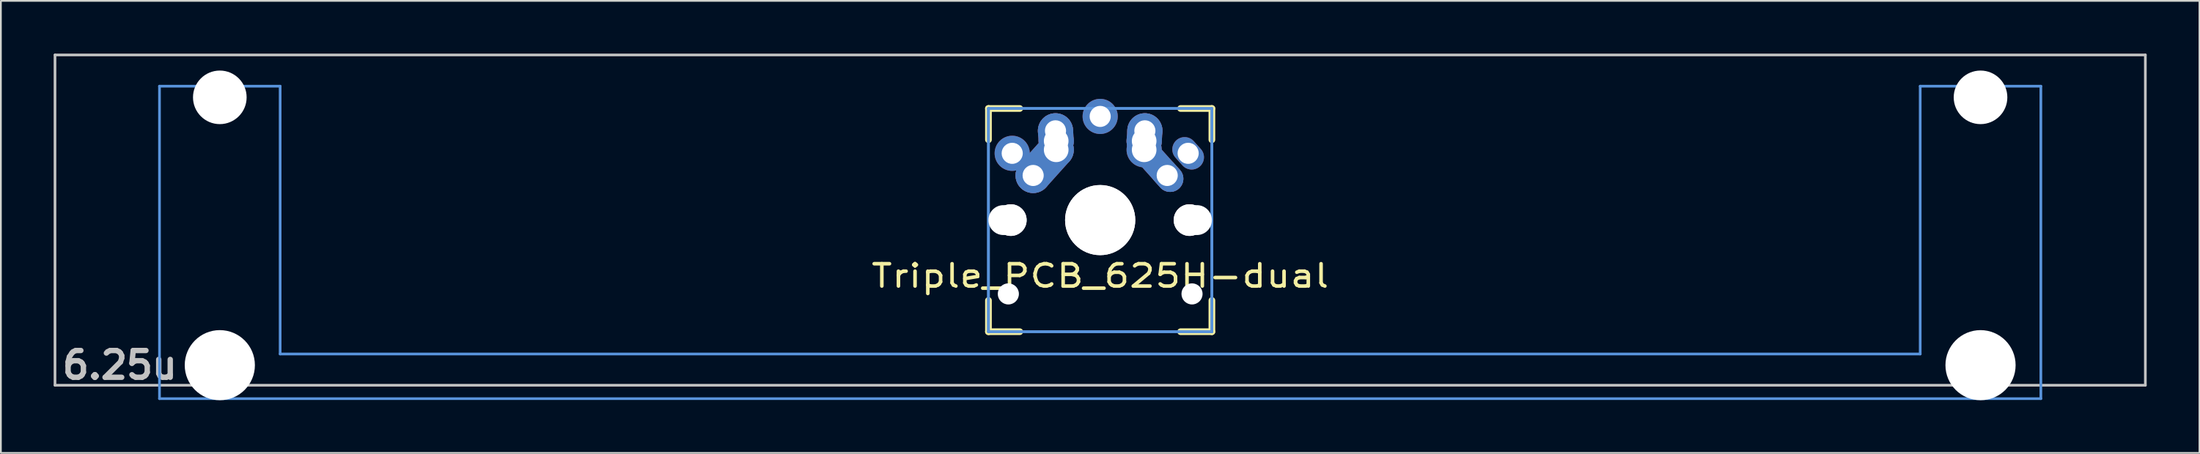
<source format=kicad_pcb>
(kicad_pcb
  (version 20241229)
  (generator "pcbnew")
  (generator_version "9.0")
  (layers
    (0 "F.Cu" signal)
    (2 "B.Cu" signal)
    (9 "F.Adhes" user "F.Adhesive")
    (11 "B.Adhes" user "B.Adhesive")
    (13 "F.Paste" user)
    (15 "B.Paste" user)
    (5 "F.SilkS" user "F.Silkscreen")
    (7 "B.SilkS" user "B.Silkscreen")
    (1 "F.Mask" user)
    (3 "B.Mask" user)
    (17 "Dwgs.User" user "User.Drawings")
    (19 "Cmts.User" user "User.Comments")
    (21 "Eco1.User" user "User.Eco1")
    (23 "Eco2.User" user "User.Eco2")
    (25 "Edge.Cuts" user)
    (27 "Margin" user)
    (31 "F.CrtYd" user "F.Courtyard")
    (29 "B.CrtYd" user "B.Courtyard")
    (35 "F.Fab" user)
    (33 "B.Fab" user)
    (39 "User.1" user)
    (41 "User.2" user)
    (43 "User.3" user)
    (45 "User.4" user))
  (footprint "Triple_PCB_625H-dual"
    (layer "F.Cu")
    (at 59.482 9.474)
    (property "Reference" "Triple_PCB_625H-dual" (at 0 3.175 0) (layer "F.SilkS") (effects (font (size 1.27 1.524) (thickness 0.203))))
    (attr through_hole)
    (fp_line (start -6.35 -6.35) (end -4.572 -6.35) (stroke (width 0.381) (type solid)) (layer "F.SilkS"))
    (fp_line (start -6.35 -4.572) (end -6.35 -6.35) (stroke (width 0.381) (type solid)) (layer "F.SilkS"))
    (fp_line (start -6.35 6.35) (end -6.35 4.572) (stroke (width 0.381) (type solid)) (layer "F.SilkS"))
    (fp_line (start -4.572 6.35) (end -6.35 6.35) (stroke (width 0.381) (type solid)) (layer "F.SilkS"))
    (fp_line (start 4.572 -6.35) (end 6.35 -6.35) (stroke (width 0.381) (type solid)) (layer "F.SilkS"))
    (fp_line (start 6.35 -6.35) (end 6.35 -4.572) (stroke (width 0.381) (type solid)) (layer "F.SilkS"))
    (fp_line (start 6.35 4.572) (end 6.35 6.35) (stroke (width 0.381) (type solid)) (layer "F.SilkS"))
    (fp_line (start 6.35 6.35) (end 4.572 6.35) (stroke (width 0.381) (type solid)) (layer "F.SilkS"))
    (fp_line (start -59.406 -9.398) (end 59.406 -9.398) (stroke (width 0.152) (type solid)) (layer "Dwgs.User"))
    (fp_line (start -59.406 9.398) (end -59.406 -9.398) (stroke (width 0.152) (type solid)) (layer "Dwgs.User"))
    (fp_line (start 59.406 -9.398) (end 59.406 9.398) (stroke (width 0.152) (type solid)) (layer "Dwgs.User"))
    (fp_line (start 59.406 9.398) (end -59.406 9.398) (stroke (width 0.152) (type solid)) (layer "Dwgs.User"))
    (fp_line (start -53.467 -7.62) (end -53.467 10.16) (stroke (width 0.152) (type solid)) (layer "Cmts.User"))
    (fp_line (start -53.467 10.16) (end 53.467 10.16) (stroke (width 0.152) (type solid)) (layer "Cmts.User"))
    (fp_line (start -46.609 -7.62) (end -53.467 -7.62) (stroke (width 0.152) (type solid)) (layer "Cmts.User"))
    (fp_line (start -46.609 7.62) (end -46.609 -7.62) (stroke (width 0.152) (type solid)) (layer "Cmts.User"))
    (fp_line (start -6.35 -6.35) (end 6.35 -6.35) (stroke (width 0.152) (type solid)) (layer "Cmts.User"))
    (fp_line (start -6.35 -6.35) (end 6.35 -6.35) (stroke (width 0.152) (type solid)) (layer "Cmts.User"))
    (fp_line (start -6.35 6.35) (end -6.35 -6.35) (stroke (width 0.152) (type solid)) (layer "Cmts.User"))
    (fp_line (start -6.35 6.35) (end -6.35 -6.35) (stroke (width 0.152) (type solid)) (layer "Cmts.User"))
    (fp_line (start 6.35 -6.35) (end 6.35 6.35) (stroke (width 0.152) (type solid)) (layer "Cmts.User"))
    (fp_line (start 6.35 -6.35) (end 6.35 6.35) (stroke (width 0.152) (type solid)) (layer "Cmts.User"))
    (fp_line (start 6.35 6.35) (end -6.35 6.35) (stroke (width 0.152) (type solid)) (layer "Cmts.User"))
    (fp_line (start 6.35 6.35) (end -6.35 6.35) (stroke (width 0.152) (type solid)) (layer "Cmts.User"))
    (fp_line (start 46.609 -7.62) (end 46.609 7.62) (stroke (width 0.152) (type solid)) (layer "Cmts.User"))
    (fp_line (start 46.609 7.62) (end -46.609 7.62) (stroke (width 0.152) (type solid)) (layer "Cmts.User"))
    (fp_line (start 53.467 -7.62) (end 46.609 -7.62) (stroke (width 0.152) (type solid)) (layer "Cmts.User"))
    (fp_line (start 53.467 10.16) (end 53.467 -7.62) (stroke (width 0.152) (type solid)) (layer "Cmts.User"))
    (fp_line (start -54.229 -2.286) (end -53.365 -2.286) (stroke (width 0.152) (type solid)) (layer "Eco2.User"))
    (fp_line (start -54.229 0.508) (end -54.229 -2.286) (stroke (width 0.152) (type solid)) (layer "Eco2.User"))
    (fp_line (start -53.365 -5.69) (end -46.711 -5.69) (stroke (width 0.152) (type solid)) (layer "Eco2.User"))
    (fp_line (start -53.365 -2.286) (end -53.365 -5.69) (stroke (width 0.152) (type solid)) (layer "Eco2.User"))
    (fp_line (start -53.365 0.508) (end -54.229 0.508) (stroke (width 0.152) (type solid)) (layer "Eco2.User"))
    (fp_line (start -53.365 6.604) (end -53.365 0.508) (stroke (width 0.152) (type solid)) (layer "Eco2.User"))
    (fp_line (start -52.324 6.604) (end -53.365 6.604) (stroke (width 0.152) (type solid)) (layer "Eco2.User"))
    (fp_line (start -52.324 7.772) (end -52.324 6.604) (stroke (width 0.152) (type solid)) (layer "Eco2.User"))
    (fp_line (start -47.752 6.604) (end -47.752 7.772) (stroke (width 0.152) (type solid)) (layer "Eco2.User"))
    (fp_line (start -47.752 7.772) (end -52.324 7.772) (stroke (width 0.152) (type solid)) (layer "Eco2.User"))
    (fp_line (start -46.711 -5.69) (end -46.711 -2.286) (stroke (width 0.152) (type solid)) (layer "Eco2.User"))
    (fp_line (start -46.711 -2.286) (end -6.985 -2.286) (stroke (width 0.152) (type solid)) (layer "Eco2.User"))
    (fp_line (start -46.711 2.286) (end -46.711 6.604) (stroke (width 0.152) (type solid)) (layer "Eco2.User"))
    (fp_line (start -46.711 6.604) (end -47.752 6.604) (stroke (width 0.152) (type solid)) (layer "Eco2.User"))
    (fp_line (start -7.5 -7.5) (end 7.5 -7.5) (stroke (width 0.152) (type solid)) (layer "Eco2.User"))
    (fp_line (start -7.5 7.5) (end -7.5 -7.5) (stroke (width 0.152) (type solid)) (layer "Eco2.User"))
    (fp_line (start -6.985 -6.985) (end 6.985 -6.985) (stroke (width 0.152) (type solid)) (layer "Eco2.User"))
    (fp_line (start -6.985 -6.985) (end 6.985 -6.985) (stroke (width 0.152) (type solid)) (layer "Eco2.User"))
    (fp_line (start -6.985 -2.286) (end -6.985 -6.985) (stroke (width 0.152) (type solid)) (layer "Eco2.User"))
    (fp_line (start -6.985 2.286) (end -46.711 2.286) (stroke (width 0.152) (type solid)) (layer "Eco2.User"))
    (fp_line (start -6.985 6.985) (end -6.985 -6.985) (stroke (width 0.152) (type solid)) (layer "Eco2.User"))
    (fp_line (start -6.985 6.985) (end -6.985 2.286) (stroke (width 0.152) (type solid)) (layer "Eco2.User"))
    (fp_line (start 6.985 -6.985) (end 6.985 -2.286) (stroke (width 0.152) (type solid)) (layer "Eco2.User"))
    (fp_line (start 6.985 -6.985) (end 6.985 6.985) (stroke (width 0.152) (type solid)) (layer "Eco2.User"))
    (fp_line (start 6.985 -2.286) (end 46.711 -2.286) (stroke (width 0.152) (type solid)) (layer "Eco2.User"))
    (fp_line (start 6.985 2.286) (end 6.985 6.985) (stroke (width 0.152) (type solid)) (layer "Eco2.User"))
    (fp_line (start 6.985 6.985) (end -6.985 6.985) (stroke (width 0.152) (type solid)) (layer "Eco2.User"))
    (fp_line (start 6.985 6.985) (end -6.985 6.985) (stroke (width 0.152) (type solid)) (layer "Eco2.User"))
    (fp_line (start 7.5 -7.5) (end 7.5 7.5) (stroke (width 0.152) (type solid)) (layer "Eco2.User"))
    (fp_line (start 7.5 7.5) (end -7.5 7.5) (stroke (width 0.152) (type solid)) (layer "Eco2.User"))
    (fp_line (start 46.711 -5.69) (end 53.365 -5.69) (stroke (width 0.152) (type solid)) (layer "Eco2.User"))
    (fp_line (start 46.711 -2.286) (end 46.711 -5.69) (stroke (width 0.152) (type solid)) (layer "Eco2.User"))
    (fp_line (start 46.711 2.286) (end 6.985 2.286) (stroke (width 0.152) (type solid)) (layer "Eco2.User"))
    (fp_line (start 46.711 6.604) (end 46.711 2.286) (stroke (width 0.152) (type solid)) (layer "Eco2.User"))
    (fp_line (start 47.752 6.604) (end 46.711 6.604) (stroke (width 0.152) (type solid)) (layer "Eco2.User"))
    (fp_line (start 47.752 7.772) (end 47.752 6.604) (stroke (width 0.152) (type solid)) (layer "Eco2.User"))
    (fp_line (start 52.324 6.604) (end 52.324 7.772) (stroke (width 0.152) (type solid)) (layer "Eco2.User"))
    (fp_line (start 52.324 7.772) (end 47.752 7.772) (stroke (width 0.152) (type solid)) (layer "Eco2.User"))
    (fp_line (start 53.365 -5.69) (end 53.365 -2.286) (stroke (width 0.152) (type solid)) (layer "Eco2.User"))
    (fp_line (start 53.365 -2.286) (end 54.229 -2.286) (stroke (width 0.152) (type solid)) (layer "Eco2.User"))
    (fp_line (start 53.365 0.508) (end 53.365 6.604) (stroke (width 0.152) (type solid)) (layer "Eco2.User"))
    (fp_line (start 53.365 6.604) (end 52.324 6.604) (stroke (width 0.152) (type solid)) (layer "Eco2.User"))
    (fp_line (start 54.229 -2.286) (end 54.229 0.508) (stroke (width 0.152) (type solid)) (layer "Eco2.User"))
    (fp_line (start 54.229 0.508) (end 53.365 0.508) (stroke (width 0.152) (type solid)) (layer "Eco2.User"))
    (fp_text user "6.25u" (at -55.723 8.255 0) (layer "Dwgs.User") (effects (font (size 1.524 1.524) (thickness 0.305))))
    (pad "" np_thru_hole circle (at -50.038 -6.985) (size 3.048 3.048) (drill 3.048) (layers "*.Cu"))
    (pad "" np_thru_hole circle (at -50.038 8.255) (size 3.988 3.988) (drill 3.988) (layers "*.Cu"))
    (pad "" np_thru_hole circle (at -5.5 0) (size 1.7 1.7) (drill 1.7) (layers "*.Cu"))
    (pad "" np_thru_hole circle (at -5.22 4.2) (size 1.2 1.2) (drill 1.2) (layers "*.Cu"))
    (pad "" np_thru_hole circle (at -5.08 0) (size 1.8 1.8) (drill 1.8) (layers "*.Cu"))
    (pad "" np_thru_hole circle (at -5.08 0) (size 1.8 1.8) (drill 1.8) (layers "*.Cu"))
    (pad "" np_thru_hole circle (at 0 0) (size 3.988 3.988) (drill 3.988) (layers "*.Cu"))
    (pad "" np_thru_hole circle (at 0 0) (size 3.988 3.988) (drill 3.988) (layers "*.Cu"))
    (pad "" np_thru_hole circle (at 5.08 0) (size 1.8 1.8) (drill 1.8) (layers "*.Cu"))
    (pad "" np_thru_hole circle (at 5.08 0) (size 1.8 1.8) (drill 1.8) (layers "*.Cu"))
    (pad "" np_thru_hole circle (at 5.22 4.2) (size 1.2 1.2) (drill 1.2) (layers "*.Cu"))
    (pad "" np_thru_hole circle (at 5.5 0) (size 1.7 1.7) (drill 1.7) (layers "*.Cu"))
    (pad "" np_thru_hole circle (at 50.038 -6.985) (size 3.048 3.048) (drill 3.048) (layers "*.Cu"))
    (pad "" np_thru_hole circle (at 50.038 8.255) (size 3.988 3.988) (drill 3.988) (layers "*.Cu"))
    (pad "1" thru_hole circle (at -5 -3.8 138.1) (size 2 2) (drill 1.2) (layers "*.Cu" "*.Mask"))
    (pad "1" thru_hole circle (at -3.81 -2.54) (size 2 2) (drill oval 1.2) (layers "*.Cu" "*.Mask"))
    (pad "1" smd oval (at -3.155 -3.27 138.1) (size 2 3.962) (layers "F.Cu" "F.Mask" "F.Paste"))
    (pad "1" smd oval (at -3.155 -3.27 138.1) (size 2 3.962) (layers "B.Cu" "B.Mask" "B.Paste"))
    (pad "1" thru_hole circle (at -2.54 -5.08 330.95) (size 2 2) (drill 1.2) (layers "*.Cu" "*.Mask"))
    (pad "1" smd oval (at -2.52 -4.79 3.945) (size 2 2.581) (layers "F.Cu" "F.Mask" "F.Paste"))
    (pad "1" smd oval (at -2.52 -4.79 3.945) (size 2 2.581) (layers "B.Cu" "B.Mask" "B.Paste"))
    (pad "1" thru_hole circle (at -2.5 -4.5 330.95) (size 2 2) (drill 1.4) (layers "*.Cu" "*.Mask"))
    (pad "1" thru_hole circle (at -2.5 -4 330.95) (size 2 2) (drill 1.4) (layers "*.Cu" "*.Mask"))
    (pad "1" thru_hole oval (at 5 -3.8 221.9) (size 1.4 2) (drill 1.2) (layers "*.Cu" "*.Mask"))
    (pad "2" thru_hole circle (at 0 -5.9) (size 2 2) (drill 1.2) (layers "*.Cu" "*.Mask"))
    (pad "2" thru_hole circle (at 2.5 -4.5 330.95) (size 2 2) (drill 1.4) (layers "*.Cu" "*.Mask"))
    (pad "2" thru_hole circle (at 2.5 -4) (size 2 2) (drill 1.4) (layers "*.Cu" "*.Mask"))
    (pad "2" smd oval (at 2.52 -4.79 356.055) (size 2 2.581) (layers "F.Cu" "F.Mask" "F.Paste"))
    (pad "2" smd oval (at 2.52 -4.79 356.055) (size 2 2.581) (layers "B.Cu" "B.Mask" "B.Paste"))
    (pad "2" thru_hole circle (at 2.54 -5.08 330.95) (size 2 2) (drill 1.2) (layers "*.Cu" "*.Mask"))
    (pad "2" smd oval (at 3.155 -3.27 221.9) (size 1.5 3.962) (layers "F.Cu" "F.Mask" "F.Paste"))
    (pad "2" smd oval (at 3.155 -3.27 221.9) (size 1.5 3.962) (layers "B.Cu" "B.Mask" "B.Paste"))
    (pad "2" thru_hole oval (at 3.81 -2.54 311.9) (size 2 1.5) (drill 1.2) (layers "*.Cu" "*.Mask")))
  (gr_rect
    (start -3 -3)
    (end 121.963 22.723)
    (stroke (width 0.1) (type default))
    (fill no)
    (layer "Edge.Cuts")))
</source>
